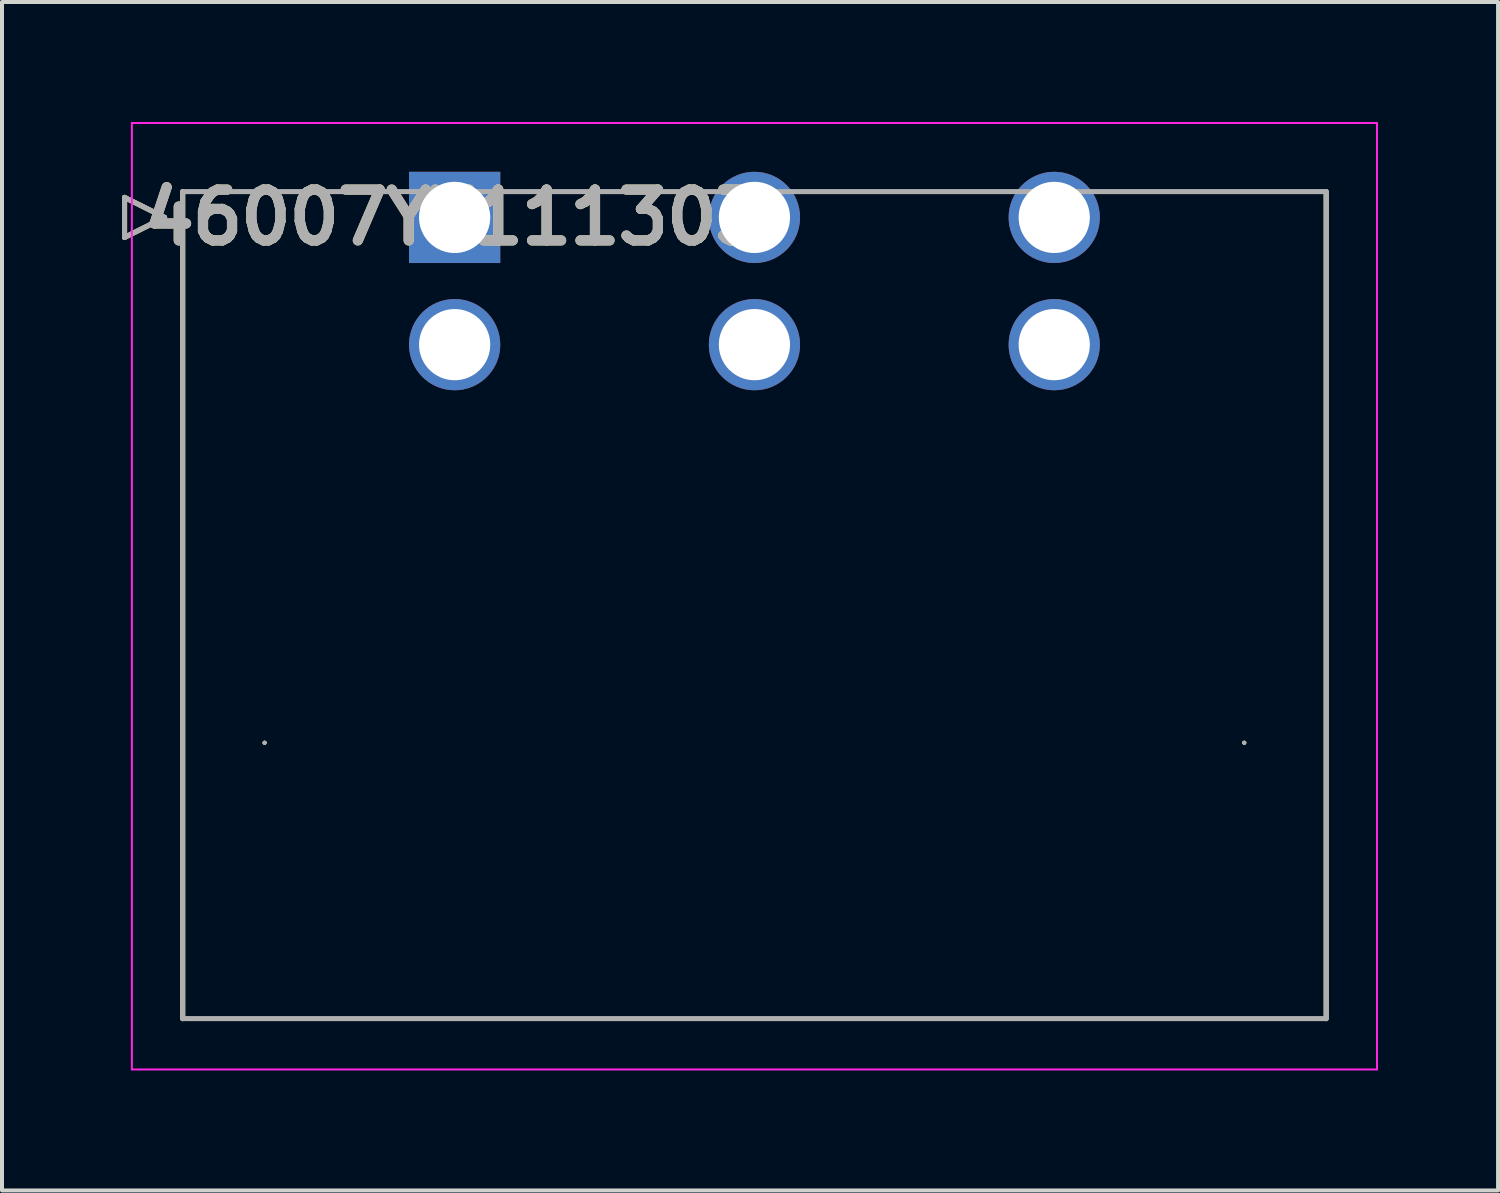
<source format=kicad_pcb>
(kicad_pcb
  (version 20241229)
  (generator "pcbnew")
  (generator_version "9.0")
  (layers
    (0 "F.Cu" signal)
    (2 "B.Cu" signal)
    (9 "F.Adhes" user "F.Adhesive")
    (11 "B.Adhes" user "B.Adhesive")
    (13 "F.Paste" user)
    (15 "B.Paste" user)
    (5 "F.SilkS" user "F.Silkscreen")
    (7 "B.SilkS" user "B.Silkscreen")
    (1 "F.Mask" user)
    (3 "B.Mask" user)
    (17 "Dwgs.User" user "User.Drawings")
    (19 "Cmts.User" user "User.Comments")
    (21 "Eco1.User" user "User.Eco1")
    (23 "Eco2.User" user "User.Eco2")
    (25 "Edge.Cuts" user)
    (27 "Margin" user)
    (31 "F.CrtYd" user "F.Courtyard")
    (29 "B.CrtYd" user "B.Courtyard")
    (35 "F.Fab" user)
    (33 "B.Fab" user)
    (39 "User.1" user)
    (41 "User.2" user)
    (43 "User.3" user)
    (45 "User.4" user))
  (footprint "46007YY111303"
    (layer "F.Cu")
    (at 8.313 2.384)
    (property "Reference" "46007YY111303" (at 0 0 0) (layer "F.SilkS") (effects (font (size 1.27 1.27) (thickness 0.254))))
    (attr through_hole)
    (fp_line (start -8.25 -0.5) (end -7.25 0) (stroke (width 0.127) (type solid)) (layer "F.SilkS"))
    (fp_line (start -8.25 0.5) (end -8.25 -0.5) (stroke (width 0.127) (type solid)) (layer "F.SilkS"))
    (fp_line (start -7.25 0) (end -8.25 0.5) (stroke (width 0.127) (type solid)) (layer "F.SilkS"))
    (fp_line (start -6.797 20.025) (end -6.797 -0.645) (stroke (width 0.127) (type solid)) (layer "F.SilkS"))
    (fp_line (start -4.75 13.13) (end -4.75 13.13) (stroke (width 0.05) (type solid)) (layer "F.SilkS"))
    (fp_line (start -4.75 13.13) (end -4.75 13.13) (stroke (width 0.05) (type solid)) (layer "F.SilkS"))
    (fp_line (start -4.75 13.13) (end -4.75 13.13) (stroke (width 0.05) (type solid)) (layer "F.SilkS"))
    (fp_line (start -4.75 13.13) (end -4.75 13.13) (stroke (width 0.05) (type solid)) (layer "F.SilkS"))
    (fp_line (start -4.75 13.13) (end -4.75 13.13) (stroke (width 0.05) (type solid)) (layer "F.SilkS"))
    (fp_line (start -4.75 13.13) (end -4.75 13.13) (stroke (width 0.05) (type solid)) (layer "F.SilkS"))
    (fp_line (start 19.736 13.13) (end 19.736 13.13) (stroke (width 0.05) (type solid)) (layer "F.SilkS"))
    (fp_line (start 19.736 13.13) (end 19.736 13.13) (stroke (width 0.05) (type solid)) (layer "F.SilkS"))
    (fp_line (start 19.736 13.13) (end 19.736 13.13) (stroke (width 0.05) (type solid)) (layer "F.SilkS"))
    (fp_line (start 19.736 13.13) (end 19.736 13.13) (stroke (width 0.05) (type solid)) (layer "F.SilkS"))
    (fp_line (start 19.736 13.13) (end 19.736 13.13) (stroke (width 0.05) (type solid)) (layer "F.SilkS"))
    (fp_line (start 19.736 13.13) (end 19.736 13.13) (stroke (width 0.05) (type solid)) (layer "F.SilkS"))
    (fp_line (start 21.783 -0.645) (end 21.783 20.025) (stroke (width 0.127) (type solid)) (layer "F.SilkS"))
    (fp_arc (start -4.75 13.13) (mid -4.75 13.13) (end -4.75 13.13) (stroke (width 0.05) (type solid)) (layer "F.SilkS"))
    (fp_arc (start -4.75 13.13) (mid -4.75 13.13) (end -4.75 13.13) (stroke (width 0.05) (type solid)) (layer "F.SilkS"))
    (fp_arc (start 19.736 13.13) (mid 19.736 13.13) (end 19.736 13.13) (stroke (width 0.05) (type solid)) (layer "F.SilkS"))
    (fp_arc (start 19.736 13.13) (mid 19.736 13.13) (end 19.736 13.13) (stroke (width 0.05) (type solid)) (layer "F.SilkS"))
    (fp_line (start -8.067 -2.359) (end 23.053 -2.359) (stroke (width 0.05) (type solid)) (layer "F.CrtYd"))
    (fp_line (start -8.067 21.295) (end -8.067 -2.359) (stroke (width 0.05) (type solid)) (layer "F.CrtYd"))
    (fp_line (start 23.053 -2.359) (end 23.053 21.295) (stroke (width 0.05) (type solid)) (layer "F.CrtYd"))
    (fp_line (start 23.053 21.295) (end -8.067 21.295) (stroke (width 0.05) (type solid)) (layer "F.CrtYd"))
    (fp_line (start -8.25 -0.5) (end -7.25 0) (stroke (width 0.127) (type solid)) (layer "F.Fab"))
    (fp_line (start -8.25 0.5) (end -8.25 -0.5) (stroke (width 0.127) (type solid)) (layer "F.Fab"))
    (fp_line (start -7.25 0) (end -8.25 0.5) (stroke (width 0.127) (type solid)) (layer "F.Fab"))
    (fp_line (start -6.797 -0.645) (end 21.783 -0.645) (stroke (width 0.127) (type solid)) (layer "F.Fab"))
    (fp_line (start -6.797 20.025) (end -6.797 -0.645) (stroke (width 0.127) (type solid)) (layer "F.Fab"))
    (fp_line (start -4.75 13.13) (end -4.75 13.13) (stroke (width 0.05) (type solid)) (layer "F.Fab"))
    (fp_line (start -4.75 13.13) (end -4.75 13.13) (stroke (width 0.05) (type solid)) (layer "F.Fab"))
    (fp_line (start -4.75 13.13) (end -4.75 13.13) (stroke (width 0.05) (type solid)) (layer "F.Fab"))
    (fp_line (start -4.75 13.13) (end -4.75 13.13) (stroke (width 0.05) (type solid)) (layer "F.Fab"))
    (fp_line (start -4.75 13.13) (end -4.75 13.13) (stroke (width 0.05) (type solid)) (layer "F.Fab"))
    (fp_line (start -4.75 13.13) (end -4.75 13.13) (stroke (width 0.05) (type solid)) (layer "F.Fab"))
    (fp_line (start -4.75 13.13) (end -4.75 13.13) (stroke (width 0.05) (type solid)) (layer "F.Fab"))
    (fp_line (start -4.75 13.13) (end -4.75 13.13) (stroke (width 0.05) (type solid)) (layer "F.Fab"))
    (fp_line (start -4.75 13.13) (end -4.75 13.13) (stroke (width 0.05) (type solid)) (layer "F.Fab"))
    (fp_line (start -4.75 13.13) (end -4.75 13.13) (stroke (width 0.05) (type solid)) (layer "F.Fab"))
    (fp_line (start -4.75 13.13) (end -4.75 13.13) (stroke (width 0.05) (type solid)) (layer "F.Fab"))
    (fp_line (start -4.75 13.13) (end -4.75 13.13) (stroke (width 0.05) (type solid)) (layer "F.Fab"))
    (fp_line (start -4.75 13.13) (end -4.75 13.13) (stroke (width 0.05) (type solid)) (layer "F.Fab"))
    (fp_line (start -4.75 13.13) (end -4.75 13.13) (stroke (width 0.05) (type solid)) (layer "F.Fab"))
    (fp_line (start -4.75 13.13) (end -4.75 13.13) (stroke (width 0.05) (type solid)) (layer "F.Fab"))
    (fp_line (start 19.736 13.13) (end 19.736 13.13) (stroke (width 0.05) (type solid)) (layer "F.Fab"))
    (fp_line (start 19.736 13.13) (end 19.736 13.13) (stroke (width 0.05) (type solid)) (layer "F.Fab"))
    (fp_line (start 19.736 13.13) (end 19.736 13.13) (stroke (width 0.05) (type solid)) (layer "F.Fab"))
    (fp_line (start 19.736 13.13) (end 19.736 13.13) (stroke (width 0.05) (type solid)) (layer "F.Fab"))
    (fp_line (start 19.736 13.13) (end 19.736 13.13) (stroke (width 0.05) (type solid)) (layer "F.Fab"))
    (fp_line (start 19.736 13.13) (end 19.736 13.13) (stroke (width 0.05) (type solid)) (layer "F.Fab"))
    (fp_line (start 19.736 13.13) (end 19.736 13.13) (stroke (width 0.05) (type solid)) (layer "F.Fab"))
    (fp_line (start 19.736 13.13) (end 19.736 13.13) (stroke (width 0.05) (type solid)) (layer "F.Fab"))
    (fp_line (start 19.736 13.13) (end 19.736 13.13) (stroke (width 0.05) (type solid)) (layer "F.Fab"))
    (fp_line (start 19.736 13.13) (end 19.736 13.13) (stroke (width 0.05) (type solid)) (layer "F.Fab"))
    (fp_line (start 19.736 13.13) (end 19.736 13.13) (stroke (width 0.05) (type solid)) (layer "F.Fab"))
    (fp_line (start 19.736 13.13) (end 19.736 13.13) (stroke (width 0.05) (type solid)) (layer "F.Fab"))
    (fp_line (start 19.736 13.13) (end 19.736 13.13) (stroke (width 0.05) (type solid)) (layer "F.Fab"))
    (fp_line (start 19.736 13.13) (end 19.736 13.13) (stroke (width 0.05) (type solid)) (layer "F.Fab"))
    (fp_line (start 19.736 13.13) (end 19.736 13.13) (stroke (width 0.05) (type solid)) (layer "F.Fab"))
    (fp_line (start 21.783 -0.645) (end 21.783 20.025) (stroke (width 0.127) (type solid)) (layer "F.Fab"))
    (fp_line (start 21.783 20.025) (end -6.797 20.025) (stroke (width 0.127) (type solid)) (layer "F.Fab"))
    (fp_arc (start -4.75 13.13) (mid -4.75 13.13) (end -4.75 13.13) (stroke (width 0.05) (type solid)) (layer "F.Fab"))
    (fp_arc (start -4.75 13.13) (mid -4.75 13.13) (end -4.75 13.13) (stroke (width 0.05) (type solid)) (layer "F.Fab"))
    (fp_arc (start 19.736 13.13) (mid 19.736 13.13) (end 19.736 13.13) (stroke (width 0.05) (type solid)) (layer "F.Fab"))
    (fp_arc (start 19.736 13.13) (mid 19.736 13.13) (end 19.736 13.13) (stroke (width 0.05) (type solid)) (layer "F.Fab"))
    (fp_text user "${REFERENCE}" (at 0 0 0) (layer "F.Fab") (effects (font (size 1.27 1.27) (thickness 0.254))))
    (pad "1" thru_hole rect (at 0 0) (size 2.28 2.28) (drill 1.78) (layers "*.Cu" "*.Mask"))
    (pad "2" thru_hole circle (at 0 3.18) (size 2.28 2.28) (drill 1.78) (layers "*.Cu" "*.Mask"))
    (pad "3" thru_hole circle (at 7.493 0) (size 2.28 2.28) (drill 1.78) (layers "*.Cu" "*.Mask"))
    (pad "4" thru_hole circle (at 7.493 3.18) (size 2.28 2.28) (drill 1.78) (layers "*.Cu" "*.Mask"))
    (pad "5" thru_hole circle (at 14.986 0) (size 2.28 2.28) (drill 1.78) (layers "*.Cu" "*.Mask"))
    (pad "6" thru_hole circle (at 14.986 3.18) (size 2.28 2.28) (drill 1.78) (layers "*.Cu" "*.Mask")))
  (gr_rect
    (start -3 -3)
    (end 34.392 26.704)
    (stroke (width 0.1) (type default))
    (fill no)
    (layer "Edge.Cuts")))
</source>
